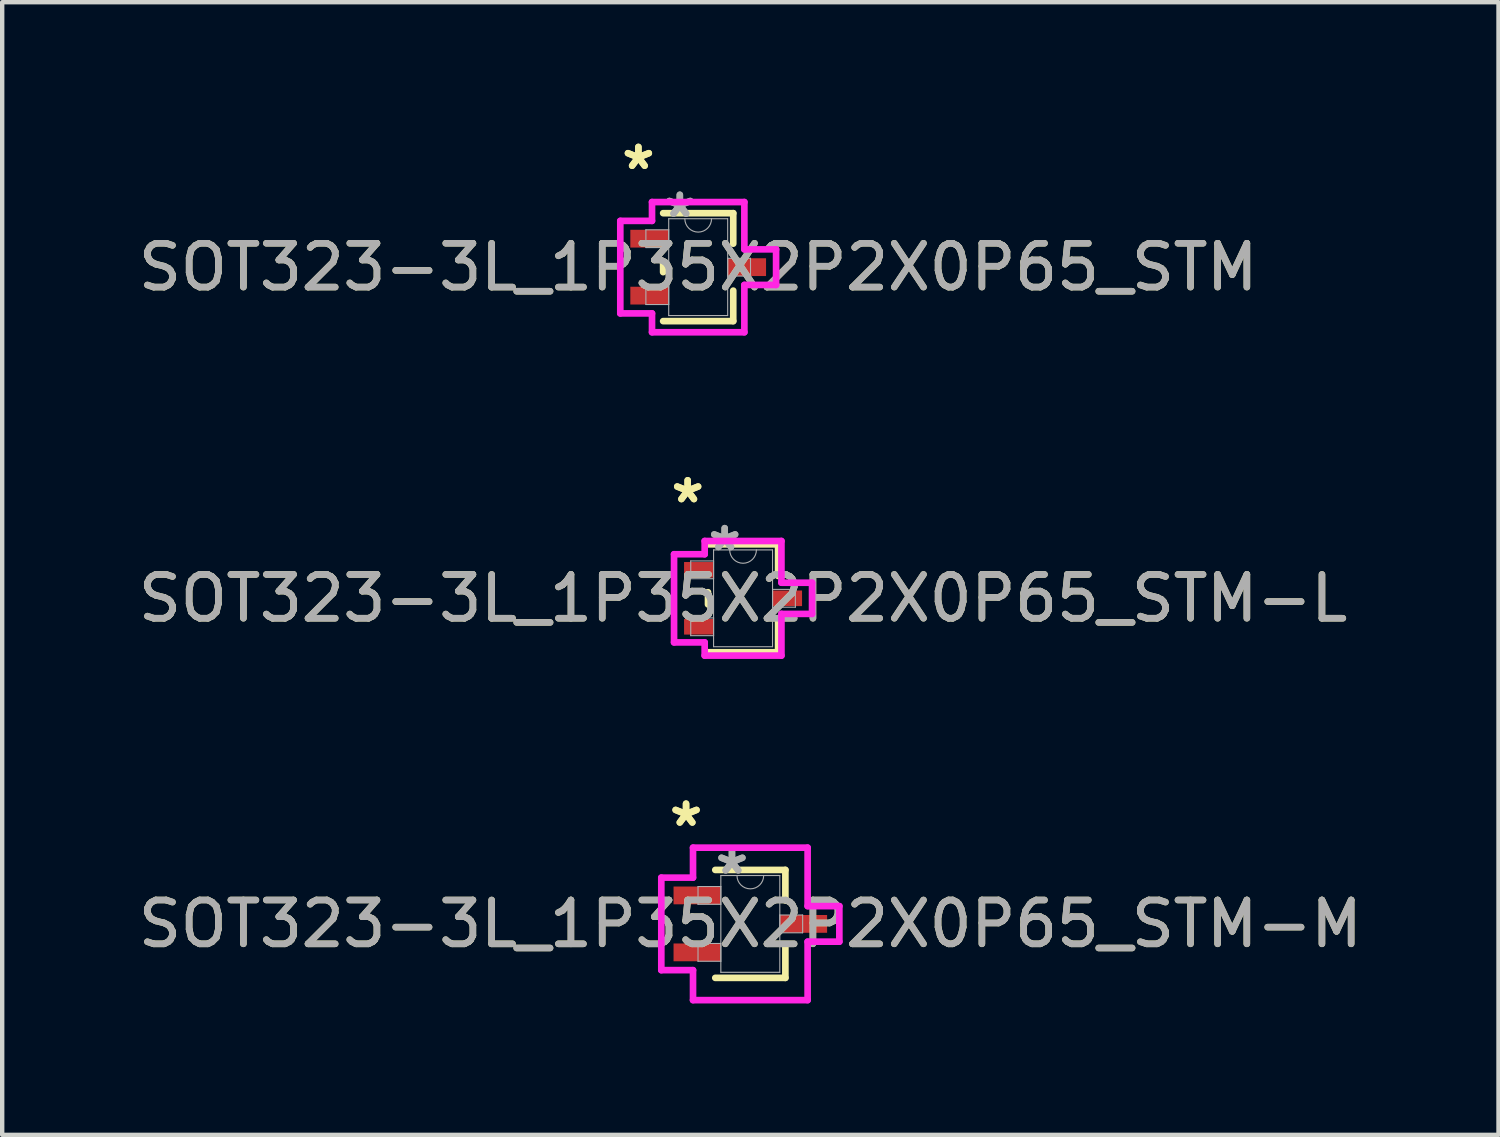
<source format=kicad_pcb>
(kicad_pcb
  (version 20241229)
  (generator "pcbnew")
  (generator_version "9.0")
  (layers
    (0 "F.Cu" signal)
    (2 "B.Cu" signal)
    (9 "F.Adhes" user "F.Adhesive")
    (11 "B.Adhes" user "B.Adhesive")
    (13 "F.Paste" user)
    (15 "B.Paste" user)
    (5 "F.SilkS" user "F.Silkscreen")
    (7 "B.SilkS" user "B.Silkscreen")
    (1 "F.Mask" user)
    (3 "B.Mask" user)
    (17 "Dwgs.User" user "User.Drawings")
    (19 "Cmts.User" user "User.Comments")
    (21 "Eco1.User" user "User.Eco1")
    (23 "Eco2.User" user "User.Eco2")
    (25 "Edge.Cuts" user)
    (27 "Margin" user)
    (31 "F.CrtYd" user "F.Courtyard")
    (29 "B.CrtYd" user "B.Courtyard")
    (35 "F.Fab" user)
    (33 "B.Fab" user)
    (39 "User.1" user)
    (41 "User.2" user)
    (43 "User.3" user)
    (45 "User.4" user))
  (footprint "SOT323-3L_1P35X2P2X0P65_STM-L"
    (layer "F.Cu")
    (at 13.911 10.607)
    (property "Reference" "SOT323-3L_1P35X2P2X0P65_STM-L" (at 0 0 0) (unlocked yes) (layer "F.SilkS") (effects (font (size 1 1) (thickness 0.15))))
    (attr smd)
    (fp_line (start -0.8 -0.139) (end -0.8 0.139) (stroke (width 0.152) (type solid)) (layer "F.SilkS"))
    (fp_line (start -0.8 1.232) (end 0.8 1.232) (stroke (width 0.152) (type solid)) (layer "F.SilkS"))
    (fp_line (start 0.8 -1.232) (end -0.8 -1.232) (stroke (width 0.152) (type solid)) (layer "F.SilkS"))
    (fp_line (start 0.8 -0.511) (end 0.8 -1.232) (stroke (width 0.152) (type solid)) (layer "F.SilkS"))
    (fp_line (start 0.8 1.232) (end 0.8 0.511) (stroke (width 0.152) (type solid)) (layer "F.SilkS"))
    (fp_line (start -1.575 -1.006) (end -0.876 -1.006) (stroke (width 0.152) (type solid)) (layer "F.CrtYd"))
    (fp_line (start -1.575 1.006) (end -1.575 -1.006) (stroke (width 0.152) (type solid)) (layer "F.CrtYd"))
    (fp_line (start -0.876 -1.308) (end 0.876 -1.308) (stroke (width 0.152) (type solid)) (layer "F.CrtYd"))
    (fp_line (start -0.876 -1.006) (end -0.876 -1.308) (stroke (width 0.152) (type solid)) (layer "F.CrtYd"))
    (fp_line (start -0.876 1.006) (end -1.575 1.006) (stroke (width 0.152) (type solid)) (layer "F.CrtYd"))
    (fp_line (start -0.876 1.308) (end -0.876 1.006) (stroke (width 0.152) (type solid)) (layer "F.CrtYd"))
    (fp_line (start 0.876 -1.308) (end 0.876 -0.356) (stroke (width 0.152) (type solid)) (layer "F.CrtYd"))
    (fp_line (start 0.876 -0.356) (end 1.575 -0.356) (stroke (width 0.152) (type solid)) (layer "F.CrtYd"))
    (fp_line (start 0.876 0.356) (end 0.876 1.308) (stroke (width 0.152) (type solid)) (layer "F.CrtYd"))
    (fp_line (start 0.876 1.308) (end -0.876 1.308) (stroke (width 0.152) (type solid)) (layer "F.CrtYd"))
    (fp_line (start 1.575 -0.356) (end 1.575 0.356) (stroke (width 0.152) (type solid)) (layer "F.CrtYd"))
    (fp_line (start 1.575 0.356) (end 0.876 0.356) (stroke (width 0.152) (type solid)) (layer "F.CrtYd"))
    (fp_line (start -1.194 -0.853) (end -1.194 -0.447) (stroke (width 0.025) (type solid)) (layer "F.Fab"))
    (fp_line (start -1.194 -0.447) (end -0.673 -0.447) (stroke (width 0.025) (type solid)) (layer "F.Fab"))
    (fp_line (start -1.194 0.447) (end -1.194 0.853) (stroke (width 0.025) (type solid)) (layer "F.Fab"))
    (fp_line (start -1.194 0.853) (end -0.673 0.853) (stroke (width 0.025) (type solid)) (layer "F.Fab"))
    (fp_line (start -0.673 -1.105) (end -0.673 1.105) (stroke (width 0.025) (type solid)) (layer "F.Fab"))
    (fp_line (start -0.673 -0.853) (end -1.194 -0.853) (stroke (width 0.025) (type solid)) (layer "F.Fab"))
    (fp_line (start -0.673 -0.447) (end -0.673 -0.853) (stroke (width 0.025) (type solid)) (layer "F.Fab"))
    (fp_line (start -0.673 0.447) (end -1.194 0.447) (stroke (width 0.025) (type solid)) (layer "F.Fab"))
    (fp_line (start -0.673 0.853) (end -0.673 0.447) (stroke (width 0.025) (type solid)) (layer "F.Fab"))
    (fp_line (start -0.673 1.105) (end 0.673 1.105) (stroke (width 0.025) (type solid)) (layer "F.Fab"))
    (fp_line (start 0.673 -1.105) (end -0.673 -1.105) (stroke (width 0.025) (type solid)) (layer "F.Fab"))
    (fp_line (start 0.673 -0.203) (end 0.673 0.203) (stroke (width 0.025) (type solid)) (layer "F.Fab"))
    (fp_line (start 0.673 0.203) (end 1.194 0.203) (stroke (width 0.025) (type solid)) (layer "F.Fab"))
    (fp_line (start 0.673 1.105) (end 0.673 -1.105) (stroke (width 0.025) (type solid)) (layer "F.Fab"))
    (fp_line (start 1.194 -0.203) (end 0.673 -0.203) (stroke (width 0.025) (type solid)) (layer "F.Fab"))
    (fp_line (start 1.194 0.203) (end 1.194 -0.203) (stroke (width 0.025) (type solid)) (layer "F.Fab"))
    (fp_arc (start 0.3048 -1.1049) (mid 0 -0.8001) (end -0.3048 -1.1049) (stroke (width 0.0254) (type solid)) (layer "F.Fab"))
    (fp_text user "*" (at -1.264 -2.149 0) (unlocked yes) (layer "F.SilkS") (effects (font (size 1 1) (thickness 0.15))))
    (fp_text user "*" (at -1.264 -2.149 0) (layer "F.SilkS") (effects (font (size 1 1) (thickness 0.15))))
    (fp_text user "*" (at -0.419 -1.056 0) (layer "F.Fab") (effects (font (size 1 1) (thickness 0.15))))
    (fp_text user "*" (at -0.419 -1.056 0) (unlocked yes) (layer "F.Fab") (effects (font (size 1 1) (thickness 0.15))))
    (fp_text user "${REFERENCE}" (at 0 0 0) (unlocked yes) (layer "F.Fab") (effects (font (size 1 1) (thickness 0.15))))
    (pad "1" smd rect (at -1.01 -0.65) (size 0.673 0.356) (layers "F.Cu" "F.Mask" "F.Paste"))
    (pad "2" smd rect (at -1.01 0.65) (size 0.673 0.356) (layers "F.Cu" "F.Mask" "F.Paste"))
    (pad "3" smd rect (at 1.01 0) (size 0.673 0.356) (layers "F.Cu" "F.Mask" "F.Paste")))
  (footprint "SOT323-3L_1P35X2P2X0P65_STM"
    (layer "F.Cu")
    (at 12.887 3.048)
    (property "Reference" "SOT323-3L_1P35X2P2X0P65_STM" (at 0 0 0) (unlocked yes) (layer "F.SilkS") (effects (font (size 1 1) (thickness 0.15))))
    (attr smd)
    (fp_line (start -0.8 -0.114) (end -0.8 0.114) (stroke (width 0.152) (type solid)) (layer "F.SilkS"))
    (fp_line (start -0.8 1.232) (end 0.8 1.232) (stroke (width 0.152) (type solid)) (layer "F.SilkS"))
    (fp_line (start 0.8 -1.232) (end -0.8 -1.232) (stroke (width 0.152) (type solid)) (layer "F.SilkS"))
    (fp_line (start 0.8 -0.536) (end 0.8 -1.232) (stroke (width 0.152) (type solid)) (layer "F.SilkS"))
    (fp_line (start 0.8 1.232) (end 0.8 0.536) (stroke (width 0.152) (type solid)) (layer "F.SilkS"))
    (fp_line (start -1.778 -1.056) (end -1.054 -1.056) (stroke (width 0.152) (type solid)) (layer "F.CrtYd"))
    (fp_line (start -1.778 1.056) (end -1.778 -1.056) (stroke (width 0.152) (type solid)) (layer "F.CrtYd"))
    (fp_line (start -1.054 -1.486) (end 1.054 -1.486) (stroke (width 0.152) (type solid)) (layer "F.CrtYd"))
    (fp_line (start -1.054 -1.056) (end -1.054 -1.486) (stroke (width 0.152) (type solid)) (layer "F.CrtYd"))
    (fp_line (start -1.054 1.056) (end -1.778 1.056) (stroke (width 0.152) (type solid)) (layer "F.CrtYd"))
    (fp_line (start -1.054 1.486) (end -1.054 1.056) (stroke (width 0.152) (type solid)) (layer "F.CrtYd"))
    (fp_line (start 1.054 -1.486) (end 1.054 -0.406) (stroke (width 0.152) (type solid)) (layer "F.CrtYd"))
    (fp_line (start 1.054 -0.406) (end 1.778 -0.406) (stroke (width 0.152) (type solid)) (layer "F.CrtYd"))
    (fp_line (start 1.054 0.406) (end 1.054 1.486) (stroke (width 0.152) (type solid)) (layer "F.CrtYd"))
    (fp_line (start 1.054 1.486) (end -1.054 1.486) (stroke (width 0.152) (type solid)) (layer "F.CrtYd"))
    (fp_line (start 1.778 -0.406) (end 1.778 0.406) (stroke (width 0.152) (type solid)) (layer "F.CrtYd"))
    (fp_line (start 1.778 0.406) (end 1.054 0.406) (stroke (width 0.152) (type solid)) (layer "F.CrtYd"))
    (fp_line (start -1.194 -0.853) (end -1.194 -0.447) (stroke (width 0.025) (type solid)) (layer "F.Fab"))
    (fp_line (start -1.194 -0.447) (end -0.673 -0.447) (stroke (width 0.025) (type solid)) (layer "F.Fab"))
    (fp_line (start -1.194 0.447) (end -1.194 0.853) (stroke (width 0.025) (type solid)) (layer "F.Fab"))
    (fp_line (start -1.194 0.853) (end -0.673 0.853) (stroke (width 0.025) (type solid)) (layer "F.Fab"))
    (fp_line (start -0.673 -1.105) (end -0.673 1.105) (stroke (width 0.025) (type solid)) (layer "F.Fab"))
    (fp_line (start -0.673 -0.853) (end -1.194 -0.853) (stroke (width 0.025) (type solid)) (layer "F.Fab"))
    (fp_line (start -0.673 -0.447) (end -0.673 -0.853) (stroke (width 0.025) (type solid)) (layer "F.Fab"))
    (fp_line (start -0.673 0.447) (end -1.194 0.447) (stroke (width 0.025) (type solid)) (layer "F.Fab"))
    (fp_line (start -0.673 0.853) (end -0.673 0.447) (stroke (width 0.025) (type solid)) (layer "F.Fab"))
    (fp_line (start -0.673 1.105) (end 0.673 1.105) (stroke (width 0.025) (type solid)) (layer "F.Fab"))
    (fp_line (start 0.673 -1.105) (end -0.673 -1.105) (stroke (width 0.025) (type solid)) (layer "F.Fab"))
    (fp_line (start 0.673 -0.203) (end 0.673 0.203) (stroke (width 0.025) (type solid)) (layer "F.Fab"))
    (fp_line (start 0.673 0.203) (end 1.194 0.203) (stroke (width 0.025) (type solid)) (layer "F.Fab"))
    (fp_line (start 0.673 1.105) (end 0.673 -1.105) (stroke (width 0.025) (type solid)) (layer "F.Fab"))
    (fp_line (start 1.194 -0.203) (end 0.673 -0.203) (stroke (width 0.025) (type solid)) (layer "F.Fab"))
    (fp_line (start 1.194 0.203) (end 1.194 -0.203) (stroke (width 0.025) (type solid)) (layer "F.Fab"))
    (fp_arc (start 0.3048 -1.1049) (mid 0 -0.8001) (end -0.3048 -1.1049) (stroke (width 0.0254) (type solid)) (layer "F.Fab"))
    (fp_text user "*" (at -1.365 -2.199 0) (unlocked yes) (layer "F.SilkS") (effects (font (size 1 1) (thickness 0.15))))
    (fp_text user "*" (at -1.365 -2.199 0) (layer "F.SilkS") (effects (font (size 1 1) (thickness 0.15))))
    (fp_text user "*" (at -0.419 -1.107 0) (layer "F.Fab") (effects (font (size 1 1) (thickness 0.15))))
    (fp_text user "*" (at -0.419 -1.107 0) (unlocked yes) (layer "F.Fab") (effects (font (size 1 1) (thickness 0.15))))
    (fp_text user "${REFERENCE}" (at 0 0 0) (unlocked yes) (layer "F.Fab") (effects (font (size 1 1) (thickness 0.15))))
    (pad "1" smd rect (at -1.111 -0.65) (size 0.876 0.406) (layers "F.Cu" "F.Mask" "F.Paste"))
    (pad "2" smd rect (at -1.111 0.65) (size 0.876 0.406) (layers "F.Cu" "F.Mask" "F.Paste"))
    (pad "3" smd rect (at 1.111 0) (size 0.876 0.406) (layers "F.Cu" "F.Mask" "F.Paste")))
  (footprint "SOT323-3L_1P35X2P2X0P65_STM-M"
    (layer "F.Cu")
    (at 14.077 18.039)
    (property "Reference" "SOT323-3L_1P35X2P2X0P65_STM-M" (at 0 0 0) (unlocked yes) (layer "F.SilkS") (effects (font (size 1 1) (thickness 0.15))))
    (attr smd)
    (fp_line (start -0.8 1.232) (end 0.8 1.232) (stroke (width 0.152) (type solid)) (layer "F.SilkS"))
    (fp_line (start 0.8 -1.232) (end -0.8 -1.232) (stroke (width 0.152) (type solid)) (layer "F.SilkS"))
    (fp_line (start 0.8 -0.536) (end 0.8 -1.232) (stroke (width 0.152) (type solid)) (layer "F.SilkS"))
    (fp_line (start 0.8 1.232) (end 0.8 0.536) (stroke (width 0.152) (type solid)) (layer "F.SilkS"))
    (fp_line (start -2.032 -1.056) (end -1.308 -1.056) (stroke (width 0.152) (type solid)) (layer "F.CrtYd"))
    (fp_line (start -2.032 1.056) (end -2.032 -1.056) (stroke (width 0.152) (type solid)) (layer "F.CrtYd"))
    (fp_line (start -1.308 -1.74) (end 1.308 -1.74) (stroke (width 0.152) (type solid)) (layer "F.CrtYd"))
    (fp_line (start -1.308 -1.056) (end -1.308 -1.74) (stroke (width 0.152) (type solid)) (layer "F.CrtYd"))
    (fp_line (start -1.308 1.056) (end -2.032 1.056) (stroke (width 0.152) (type solid)) (layer "F.CrtYd"))
    (fp_line (start -1.308 1.74) (end -1.308 1.056) (stroke (width 0.152) (type solid)) (layer "F.CrtYd"))
    (fp_line (start 1.308 -1.74) (end 1.308 -0.406) (stroke (width 0.152) (type solid)) (layer "F.CrtYd"))
    (fp_line (start 1.308 -0.406) (end 2.032 -0.406) (stroke (width 0.152) (type solid)) (layer "F.CrtYd"))
    (fp_line (start 1.308 0.406) (end 1.308 1.74) (stroke (width 0.152) (type solid)) (layer "F.CrtYd"))
    (fp_line (start 1.308 1.74) (end -1.308 1.74) (stroke (width 0.152) (type solid)) (layer "F.CrtYd"))
    (fp_line (start 2.032 -0.406) (end 2.032 0.406) (stroke (width 0.152) (type solid)) (layer "F.CrtYd"))
    (fp_line (start 2.032 0.406) (end 1.308 0.406) (stroke (width 0.152) (type solid)) (layer "F.CrtYd"))
    (fp_line (start -1.194 -0.853) (end -1.194 -0.447) (stroke (width 0.025) (type solid)) (layer "F.Fab"))
    (fp_line (start -1.194 -0.447) (end -0.673 -0.447) (stroke (width 0.025) (type solid)) (layer "F.Fab"))
    (fp_line (start -1.194 0.447) (end -1.194 0.853) (stroke (width 0.025) (type solid)) (layer "F.Fab"))
    (fp_line (start -1.194 0.853) (end -0.673 0.853) (stroke (width 0.025) (type solid)) (layer "F.Fab"))
    (fp_line (start -0.673 -1.105) (end -0.673 1.105) (stroke (width 0.025) (type solid)) (layer "F.Fab"))
    (fp_line (start -0.673 -0.853) (end -1.194 -0.853) (stroke (width 0.025) (type solid)) (layer "F.Fab"))
    (fp_line (start -0.673 -0.447) (end -0.673 -0.853) (stroke (width 0.025) (type solid)) (layer "F.Fab"))
    (fp_line (start -0.673 0.447) (end -1.194 0.447) (stroke (width 0.025) (type solid)) (layer "F.Fab"))
    (fp_line (start -0.673 0.853) (end -0.673 0.447) (stroke (width 0.025) (type solid)) (layer "F.Fab"))
    (fp_line (start -0.673 1.105) (end 0.673 1.105) (stroke (width 0.025) (type solid)) (layer "F.Fab"))
    (fp_line (start 0.673 -1.105) (end -0.673 -1.105) (stroke (width 0.025) (type solid)) (layer "F.Fab"))
    (fp_line (start 0.673 -0.203) (end 0.673 0.203) (stroke (width 0.025) (type solid)) (layer "F.Fab"))
    (fp_line (start 0.673 0.203) (end 1.194 0.203) (stroke (width 0.025) (type solid)) (layer "F.Fab"))
    (fp_line (start 0.673 1.105) (end 0.673 -1.105) (stroke (width 0.025) (type solid)) (layer "F.Fab"))
    (fp_line (start 1.194 -0.203) (end 0.673 -0.203) (stroke (width 0.025) (type solid)) (layer "F.Fab"))
    (fp_line (start 1.194 0.203) (end 1.194 -0.203) (stroke (width 0.025) (type solid)) (layer "F.Fab"))
    (fp_arc (start 0.3048 -1.1049) (mid 0 -0.8001) (end -0.3048 -1.1049) (stroke (width 0.0254) (type solid)) (layer "F.Fab"))
    (fp_text user "*" (at -1.467 -2.199 0) (layer "F.SilkS") (effects (font (size 1 1) (thickness 0.15))))
    (fp_text user "*" (at -1.467 -2.199 0) (unlocked yes) (layer "F.SilkS") (effects (font (size 1 1) (thickness 0.15))))
    (fp_text user "*" (at -0.419 -1.107 0) (unlocked yes) (layer "F.Fab") (effects (font (size 1 1) (thickness 0.15))))
    (fp_text user "*" (at -0.419 -1.107 0) (layer "F.Fab") (effects (font (size 1 1) (thickness 0.15))))
    (fp_text user "${REFERENCE}" (at 0 0 0) (unlocked yes) (layer "F.Fab") (effects (font (size 1 1) (thickness 0.15))))
    (pad "1" smd rect (at -1.213 -0.65) (size 1.079 0.406) (layers "F.Cu" "F.Mask" "F.Paste"))
    (pad "2" smd rect (at -1.213 0.65) (size 1.079 0.406) (layers "F.Cu" "F.Mask" "F.Paste"))
    (pad "3" smd rect (at 1.213 0) (size 1.079 0.406) (layers "F.Cu" "F.Mask" "F.Paste")))
  (gr_rect
    (start -3 -3)
    (end 31.155 22.855)
    (stroke (width 0.1) (type default))
    (fill no)
    (layer "Edge.Cuts")))
</source>
